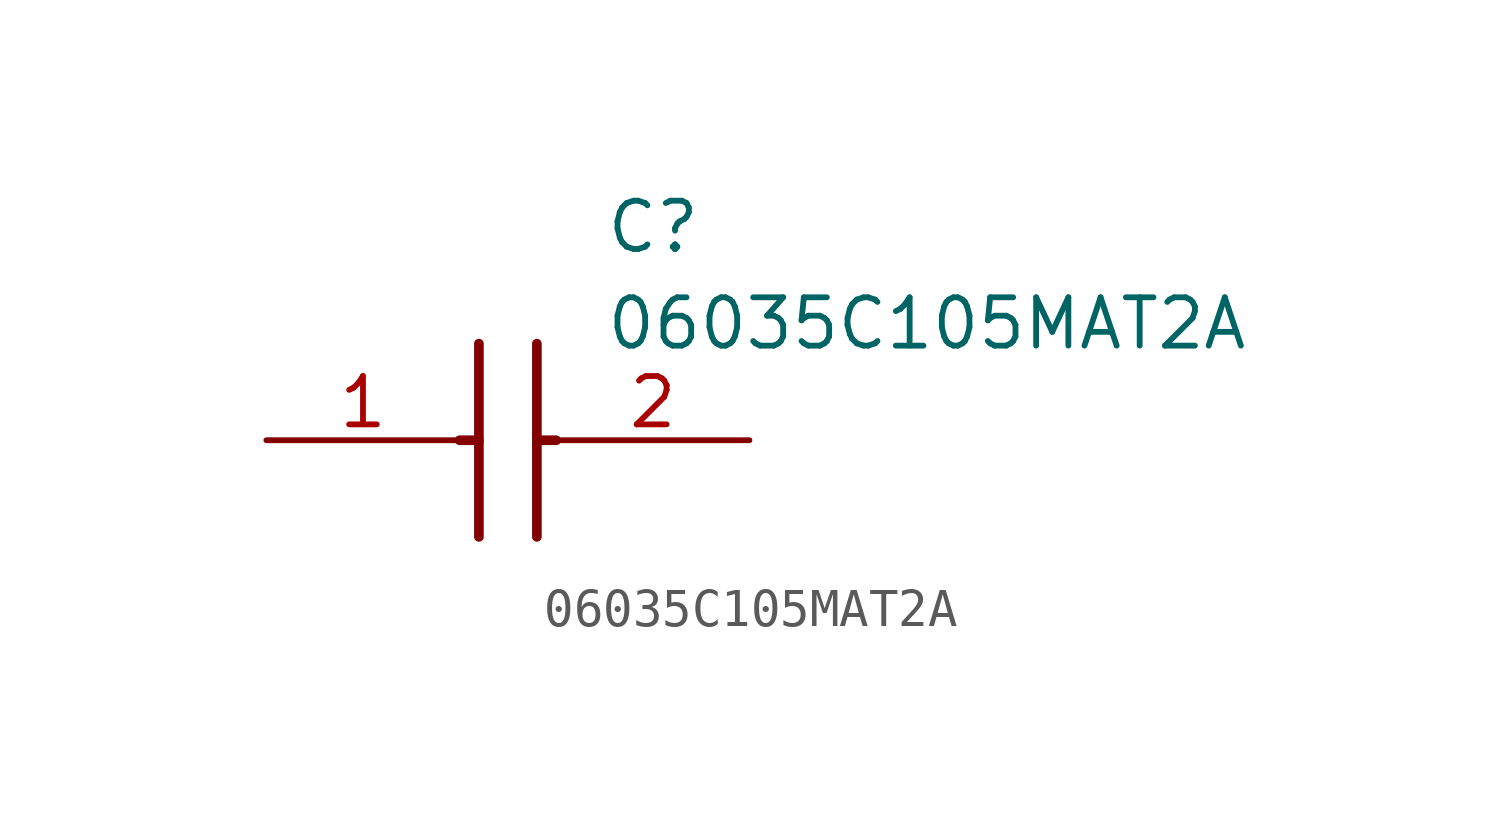
<source format=kicad_sym>
(kicad_symbol_lib
  (version 20211014)
  (generator SamacSys_ECAD_Model)
  (symbol "06035C105MAT2A"
    (pin_names hide)
    (property "Reference" "C"
      (at 8.89 6.35 0)
      (effects (font (size 1.27 1.27)) (justify left top)))
    (property "Value" "06035C105MAT2A"
      (at 8.89 3.81 0)
      (effects (font (size 1.27 1.27)) (justify left top)))
    (polyline
      (pts (xy 5.588 2.54) (xy 5.588 -2.54))
      (stroke (width 0.254) (type default))
      (fill (type none)))
    (polyline
      (pts (xy 7.112 2.54) (xy 7.112 -2.54))
      (stroke (width 0.254) (type default))
      (fill (type none)))
    (polyline
      (pts (xy 5.08 0) (xy 5.588 0))
      (stroke (width 0.254) (type default))
      (fill (type none)))
    (polyline
      (pts (xy 7.112 0) (xy 7.62 0))
      (stroke (width 0.254) (type default))
      (fill (type none)))
    (pin passive line
      (at 0 0 0)
      (length 5.08)
      (name "1" (effects (font (size 1.27 1.27))))
      (number "1" (effects (font (size 1.27 1.27)))))
    (pin passive line
      (at 12.7 0 180)
      (length 5.08)
      (name "2" (effects (font (size 1.27 1.27))))
      (number "2" (effects (font (size 1.27 1.27)))))))
</source>
